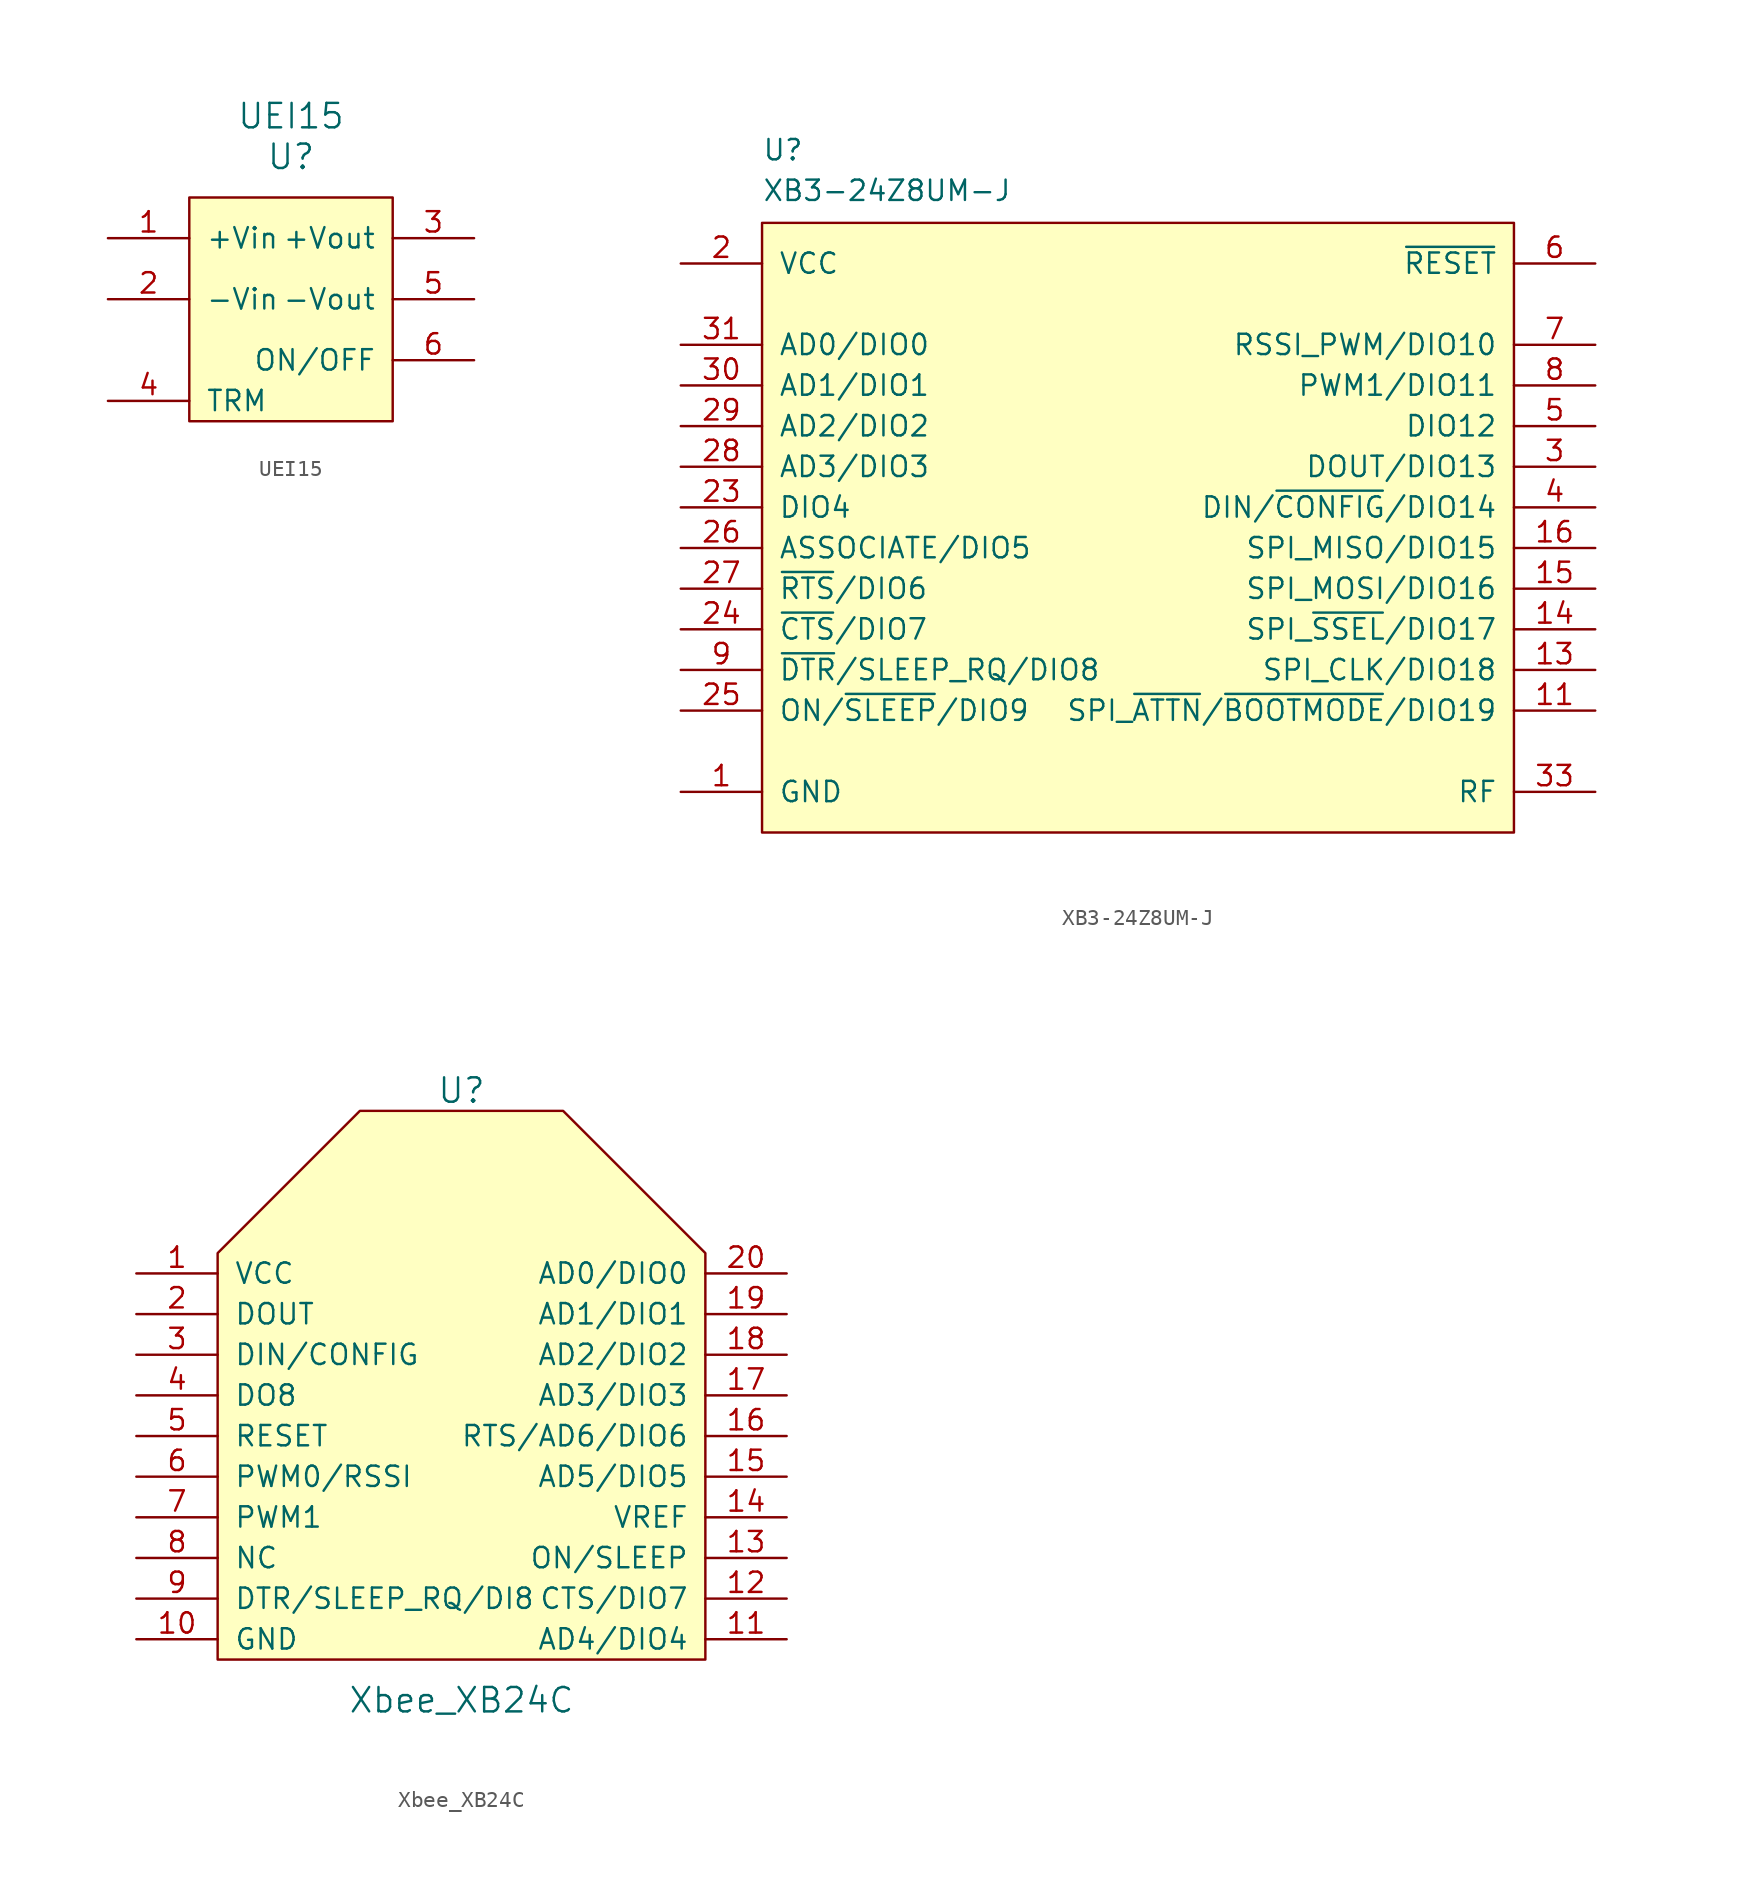
<source format=kicad_sym>
(kicad_symbol_lib
  (version 20201005)
  (generator kicad_symbol_editor)
  (symbol "goyman:UEI15"
    (pin_names
      (offset 1.016))
    (property "Reference" "U"
      (at 0 7.62 0)
      (effects (font (size 1.524 1.524))))
    (property "Value" "UEI15"
      (at 0 10.16 0)
      (effects (font (size 1.524 1.524))))
    (symbol "UEI15_0_1"
      (rectangle (start -6.35 5.08) (end 6.35 -8.89) (stroke (width 0)) (fill (type background))))
    (symbol "UEI15_1_1"
      (pin power_in line (at -11.43 2.54 0) (length 5.08) (name "+Vin" (effects (font (size 1.27 1.27)))) (number "1" (effects (font (size 1.27 1.27)))))
      (pin power_in line (at -11.43 -1.27 0) (length 5.08) (name "-Vin" (effects (font (size 1.27 1.27)))) (number "2" (effects (font (size 1.27 1.27)))))
      (pin power_out line (at 11.43 2.54 180) (length 5.08) (name "+Vout" (effects (font (size 1.27 1.27)))) (number "3" (effects (font (size 1.27 1.27)))))
      (pin passive line (at -11.43 -7.62 0) (length 5.08) (name "TRM" (effects (font (size 1.27 1.27)))) (number "4" (effects (font (size 1.27 1.27)))))
      (pin power_out line (at 11.43 -1.27 180) (length 5.08) (name "-Vout" (effects (font (size 1.27 1.27)))) (number "5" (effects (font (size 1.27 1.27)))))
      (pin passive line (at 11.43 -5.08 180) (length 5.08) (name "ON/OFF" (effects (font (size 1.27 1.27)))) (number "6" (effects (font (size 1.27 1.27)))))))
  (symbol "goyman:XB3-24Z8UM-J"
    (pin_names
      (offset 1.016))
    (property "Reference" "U"
      (at 0 3.81 0)
      (effects (font (size 1.27 1.27)) (justify left bottom)))
    (property "Value" "XB3-24Z8UM-J"
      (at 0 1.27 0)
      (effects (font (size 1.27 1.27)) (justify left bottom)))
    (property "ki_locked" ""
      (at 0 0 0)
      (effects (font (size 1.27 1.27))))
    (symbol "XB3-24Z8UM-J_0_0"
      (pin power_in line (at -5.08 -35.56 0) (length 5.08) (name "GND" (effects (font (size 1.27 1.27)))) (number "1" (effects (font (size 1.27 1.27)))))
      (pin power_in line (at -5.08 -35.56 0) (length 5.08) hide (name "GND" (effects (font (size 1.27 1.27)))) (number "10" (effects (font (size 1.27 1.27)))))
      (pin bidirectional line (at 52.07 -30.48 180) (length 5.08) (name "SPI_~ATTN~/~BOOTMODE~/DIO19" (effects (font (size 1.27 1.27)))) (number "11" (effects (font (size 1.27 1.27)))))
      (pin power_in line (at -5.08 -35.56 0) (length 5.08) hide (name "GND" (effects (font (size 1.27 1.27)))) (number "12" (effects (font (size 1.27 1.27)))))
      (pin bidirectional line (at 52.07 -27.94 180) (length 5.08) (name "SPI_CLK/DIO18" (effects (font (size 1.27 1.27)))) (number "13" (effects (font (size 1.27 1.27)))))
      (pin bidirectional line (at 52.07 -25.4 180) (length 5.08) (name "SPI_~SSEL~/DIO17" (effects (font (size 1.27 1.27)))) (number "14" (effects (font (size 1.27 1.27)))))
      (pin bidirectional line (at 52.07 -22.86 180) (length 5.08) (name "SPI_MOSI/DIO16" (effects (font (size 1.27 1.27)))) (number "15" (effects (font (size 1.27 1.27)))))
      (pin bidirectional line (at 52.07 -20.32 180) (length 5.08) (name "SPI_MISO/DIO15" (effects (font (size 1.27 1.27)))) (number "16" (effects (font (size 1.27 1.27)))))
      (pin power_in line (at -5.08 -2.54 0) (length 5.08) (name "VCC" (effects (font (size 1.27 1.27)))) (number "2" (effects (font (size 1.27 1.27)))))
      (pin power_in line (at -5.08 -35.56 0) (length 5.08) hide (name "GND" (effects (font (size 1.27 1.27)))) (number "21" (effects (font (size 1.27 1.27)))))
      (pin bidirectional line (at -5.08 -17.78 0) (length 5.08) (name "DIO4" (effects (font (size 1.27 1.27)))) (number "23" (effects (font (size 1.27 1.27)))))
      (pin bidirectional line (at -5.08 -25.4 0) (length 5.08) (name "~CTS~/DIO7" (effects (font (size 1.27 1.27)))) (number "24" (effects (font (size 1.27 1.27)))))
      (pin bidirectional line (at -5.08 -30.48 0) (length 5.08) (name "ON/~SLEEP~/DIO9" (effects (font (size 1.27 1.27)))) (number "25" (effects (font (size 1.27 1.27)))))
      (pin bidirectional line (at -5.08 -20.32 0) (length 5.08) (name "ASSOCIATE/DIO5" (effects (font (size 1.27 1.27)))) (number "26" (effects (font (size 1.27 1.27)))))
      (pin bidirectional line (at -5.08 -22.86 0) (length 5.08) (name "~RTS~/DIO6" (effects (font (size 1.27 1.27)))) (number "27" (effects (font (size 1.27 1.27)))))
      (pin bidirectional line (at -5.08 -15.24 0) (length 5.08) (name "AD3/DIO3" (effects (font (size 1.27 1.27)))) (number "28" (effects (font (size 1.27 1.27)))))
      (pin bidirectional line (at -5.08 -12.7 0) (length 5.08) (name "AD2/DIO2" (effects (font (size 1.27 1.27)))) (number "29" (effects (font (size 1.27 1.27)))))
      (pin bidirectional line (at 52.07 -15.24 180) (length 5.08) (name "DOUT/DIO13" (effects (font (size 1.27 1.27)))) (number "3" (effects (font (size 1.27 1.27)))))
      (pin bidirectional line (at -5.08 -10.16 0) (length 5.08) (name "AD1/DIO1" (effects (font (size 1.27 1.27)))) (number "30" (effects (font (size 1.27 1.27)))))
      (pin bidirectional line (at -5.08 -7.62 0) (length 5.08) (name "AD0/DIO0" (effects (font (size 1.27 1.27)))) (number "31" (effects (font (size 1.27 1.27)))))
      (pin power_in line (at -5.08 -35.56 0) (length 5.08) hide (name "GND" (effects (font (size 1.27 1.27)))) (number "32" (effects (font (size 1.27 1.27)))))
      (pin bidirectional line (at 52.07 -35.56 180) (length 5.08) (name "RF" (effects (font (size 1.27 1.27)))) (number "33" (effects (font (size 1.27 1.27)))))
      (pin power_in line (at -5.08 -35.56 0) (length 5.08) hide (name "GND" (effects (font (size 1.27 1.27)))) (number "34" (effects (font (size 1.27 1.27)))))
      (pin bidirectional line (at 52.07 -17.78 180) (length 5.08) (name "DIN/~CONFIG~/DIO14" (effects (font (size 1.27 1.27)))) (number "4" (effects (font (size 1.27 1.27)))))
      (pin bidirectional line (at 52.07 -12.7 180) (length 5.08) (name "DIO12" (effects (font (size 1.27 1.27)))) (number "5" (effects (font (size 1.27 1.27)))))
      (pin input line (at 52.07 -2.54 180) (length 5.08) (name "~RESET~" (effects (font (size 1.27 1.27)))) (number "6" (effects (font (size 1.27 1.27)))))
      (pin bidirectional line (at 52.07 -7.62 180) (length 5.08) (name "RSSI_PWM/DIO10" (effects (font (size 1.27 1.27)))) (number "7" (effects (font (size 1.27 1.27)))))
      (pin bidirectional line (at 52.07 -10.16 180) (length 5.08) (name "PWM1/DIO11" (effects (font (size 1.27 1.27)))) (number "8" (effects (font (size 1.27 1.27)))))
      (pin bidirectional line (at -5.08 -27.94 0) (length 5.08) (name "~DTR~/SLEEP_RQ/DIO8" (effects (font (size 1.27 1.27)))) (number "9" (effects (font (size 1.27 1.27))))))
    (symbol "XB3-24Z8UM-J_1_1"
      (rectangle (start 46.99 0) (end 0 -38.1) (stroke (width 0)) (fill (type background)))))
  (symbol "goyman:Xbee_XB24C"
    (pin_names
      (offset 1.016))
    (property "Reference" "U"
      (at 0 22.86 0)
      (effects (font (size 1.524 1.524))))
    (property "Value" "Xbee_XB24C"
      (at 0 -15.24 0)
      (effects (font (size 1.524 1.524))))
    (symbol "Xbee_XB24C_0_1"
      (polyline (pts (xy 15.24 -12.7) (xy 15.24 12.7) (xy 6.35 21.59) (xy -6.35 21.59) (xy -15.24 12.7) (xy -15.24 -12.7) (xy 15.24 -12.7)) (stroke (width 0)) (fill (type background))))
    (symbol "Xbee_XB24C_1_1"
      (pin input line (at -20.32 11.43 0) (length 5.08) (name "VCC" (effects (font (size 1.27 1.27)))) (number "1" (effects (font (size 1.27 1.27)))))
      (pin input line (at -20.32 -11.43 0) (length 5.08) (name "GND" (effects (font (size 1.27 1.27)))) (number "10" (effects (font (size 1.27 1.27)))))
      (pin input line (at 20.32 -11.43 180) (length 5.08) (name "AD4/DIO4" (effects (font (size 1.27 1.27)))) (number "11" (effects (font (size 1.27 1.27)))))
      (pin input line (at 20.32 -8.89 180) (length 5.08) (name "CTS/DIO7" (effects (font (size 1.27 1.27)))) (number "12" (effects (font (size 1.27 1.27)))))
      (pin input line (at 20.32 -6.35 180) (length 5.08) (name "ON/SLEEP" (effects (font (size 1.27 1.27)))) (number "13" (effects (font (size 1.27 1.27)))))
      (pin input line (at 20.32 -3.81 180) (length 5.08) (name "VREF" (effects (font (size 1.27 1.27)))) (number "14" (effects (font (size 1.27 1.27)))))
      (pin input line (at 20.32 -1.27 180) (length 5.08) (name "AD5/DIO5" (effects (font (size 1.27 1.27)))) (number "15" (effects (font (size 1.27 1.27)))))
      (pin input line (at 20.32 1.27 180) (length 5.08) (name "RTS/AD6/DIO6" (effects (font (size 1.27 1.27)))) (number "16" (effects (font (size 1.27 1.27)))))
      (pin input line (at 20.32 3.81 180) (length 5.08) (name "AD3/DIO3" (effects (font (size 1.27 1.27)))) (number "17" (effects (font (size 1.27 1.27)))))
      (pin input line (at 20.32 6.35 180) (length 5.08) (name "AD2/DIO2" (effects (font (size 1.27 1.27)))) (number "18" (effects (font (size 1.27 1.27)))))
      (pin input line (at 20.32 8.89 180) (length 5.08) (name "AD1/DIO1" (effects (font (size 1.27 1.27)))) (number "19" (effects (font (size 1.27 1.27)))))
      (pin input line (at -20.32 8.89 0) (length 5.08) (name "DOUT" (effects (font (size 1.27 1.27)))) (number "2" (effects (font (size 1.27 1.27)))))
      (pin input line (at 20.32 11.43 180) (length 5.08) (name "AD0/DIO0" (effects (font (size 1.27 1.27)))) (number "20" (effects (font (size 1.27 1.27)))))
      (pin input line (at -20.32 6.35 0) (length 5.08) (name "DIN/CONFIG" (effects (font (size 1.27 1.27)))) (number "3" (effects (font (size 1.27 1.27)))))
      (pin input line (at -20.32 3.81 0) (length 5.08) (name "DO8" (effects (font (size 1.27 1.27)))) (number "4" (effects (font (size 1.27 1.27)))))
      (pin input line (at -20.32 1.27 0) (length 5.08) (name "RESET" (effects (font (size 1.27 1.27)))) (number "5" (effects (font (size 1.27 1.27)))))
      (pin input line (at -20.32 -1.27 0) (length 5.08) (name "PWM0/RSSI" (effects (font (size 1.27 1.27)))) (number "6" (effects (font (size 1.27 1.27)))))
      (pin input line (at -20.32 -3.81 0) (length 5.08) (name "PWM1" (effects (font (size 1.27 1.27)))) (number "7" (effects (font (size 1.27 1.27)))))
      (pin input line (at -20.32 -6.35 0) (length 5.08) (name "NC" (effects (font (size 1.27 1.27)))) (number "8" (effects (font (size 1.27 1.27)))))
      (pin input line (at -20.32 -8.89 0) (length 5.08) (name "DTR/SLEEP_RQ/DI8" (effects (font (size 1.27 1.27)))) (number "9" (effects (font (size 1.27 1.27))))))))
</source>
